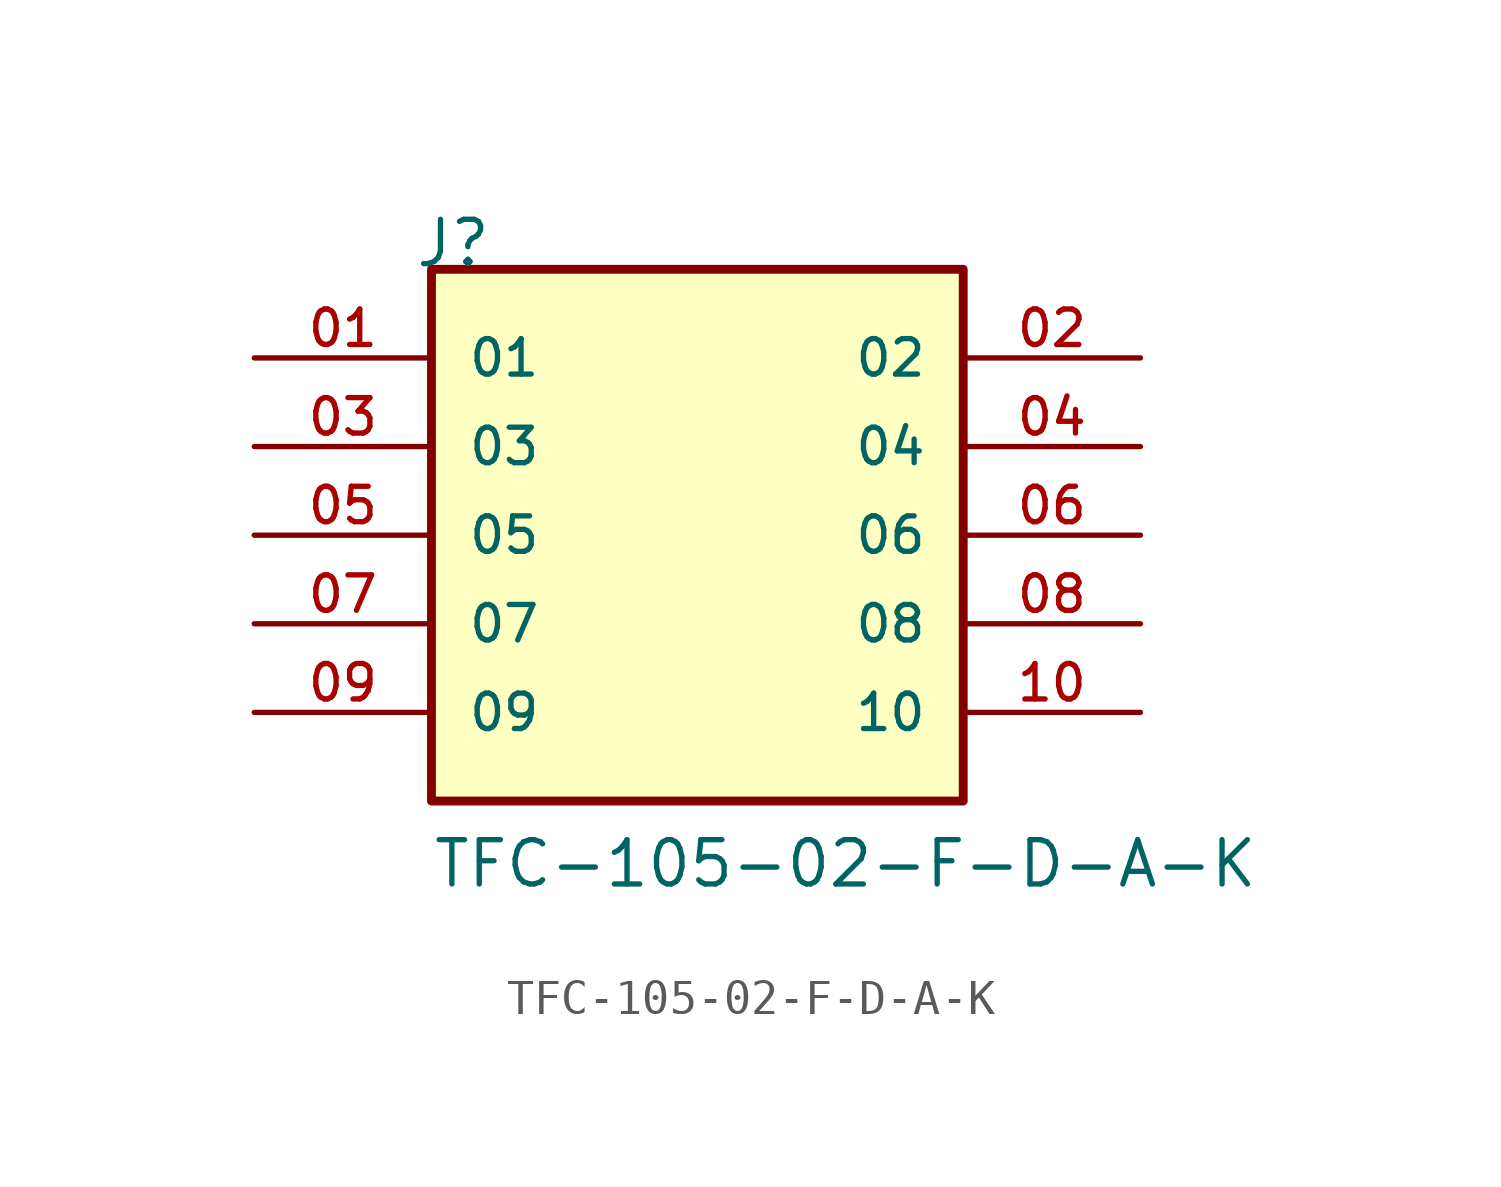
<source format=kicad_sym>
(kicad_symbol_lib
  (version 20220914)
  (generator kicad_symbol_editor)
  (symbol "TFC-105-02-F-D-A-K"
    (pin_names
      (offset 1.016))
    (property "Reference" "J"
      (at -8.128 7.62 0)
      (effects (font (size 1.27 1.27)) (justify left bottom)))
    (property "Value" "TFC-105-02-F-D-A-K"
      (at -7.62 -10.16 0)
      (effects (font (size 1.27 1.27)) (justify left bottom)))
    (property "ki_locked" ""
      (at 0 0 0)
      (effects (font (size 1.27 1.27))))
    (symbol "TFC-105-02-F-D-A-K_0_0"
      (rectangle (start -7.62 -7.62) (end 7.62 7.62) (stroke (width 0.254) (type solid)) (fill (type background)))
      (pin passive line (at -12.7 5.08 0) (length 5.08) (name "01" (effects (font (size 1.016 1.016)))) (number "01" (effects (font (size 1.016 1.016)))))
      (pin passive line (at 12.7 5.08 180) (length 5.08) (name "02" (effects (font (size 1.016 1.016)))) (number "02" (effects (font (size 1.016 1.016)))))
      (pin passive line (at -12.7 2.54 0) (length 5.08) (name "03" (effects (font (size 1.016 1.016)))) (number "03" (effects (font (size 1.016 1.016)))))
      (pin passive line (at 12.7 2.54 180) (length 5.08) (name "04" (effects (font (size 1.016 1.016)))) (number "04" (effects (font (size 1.016 1.016)))))
      (pin passive line (at -12.7 0 0) (length 5.08) (name "05" (effects (font (size 1.016 1.016)))) (number "05" (effects (font (size 1.016 1.016)))))
      (pin passive line (at 12.7 0 180) (length 5.08) (name "06" (effects (font (size 1.016 1.016)))) (number "06" (effects (font (size 1.016 1.016)))))
      (pin passive line (at -12.7 -2.54 0) (length 5.08) (name "07" (effects (font (size 1.016 1.016)))) (number "07" (effects (font (size 1.016 1.016)))))
      (pin passive line (at 12.7 -2.54 180) (length 5.08) (name "08" (effects (font (size 1.016 1.016)))) (number "08" (effects (font (size 1.016 1.016)))))
      (pin passive line (at -12.7 -5.08 0) (length 5.08) (name "09" (effects (font (size 1.016 1.016)))) (number "09" (effects (font (size 1.016 1.016)))))
      (pin passive line (at 12.7 -5.08 180) (length 5.08) (name "10" (effects (font (size 1.016 1.016)))) (number "10" (effects (font (size 1.016 1.016))))))))
</source>
